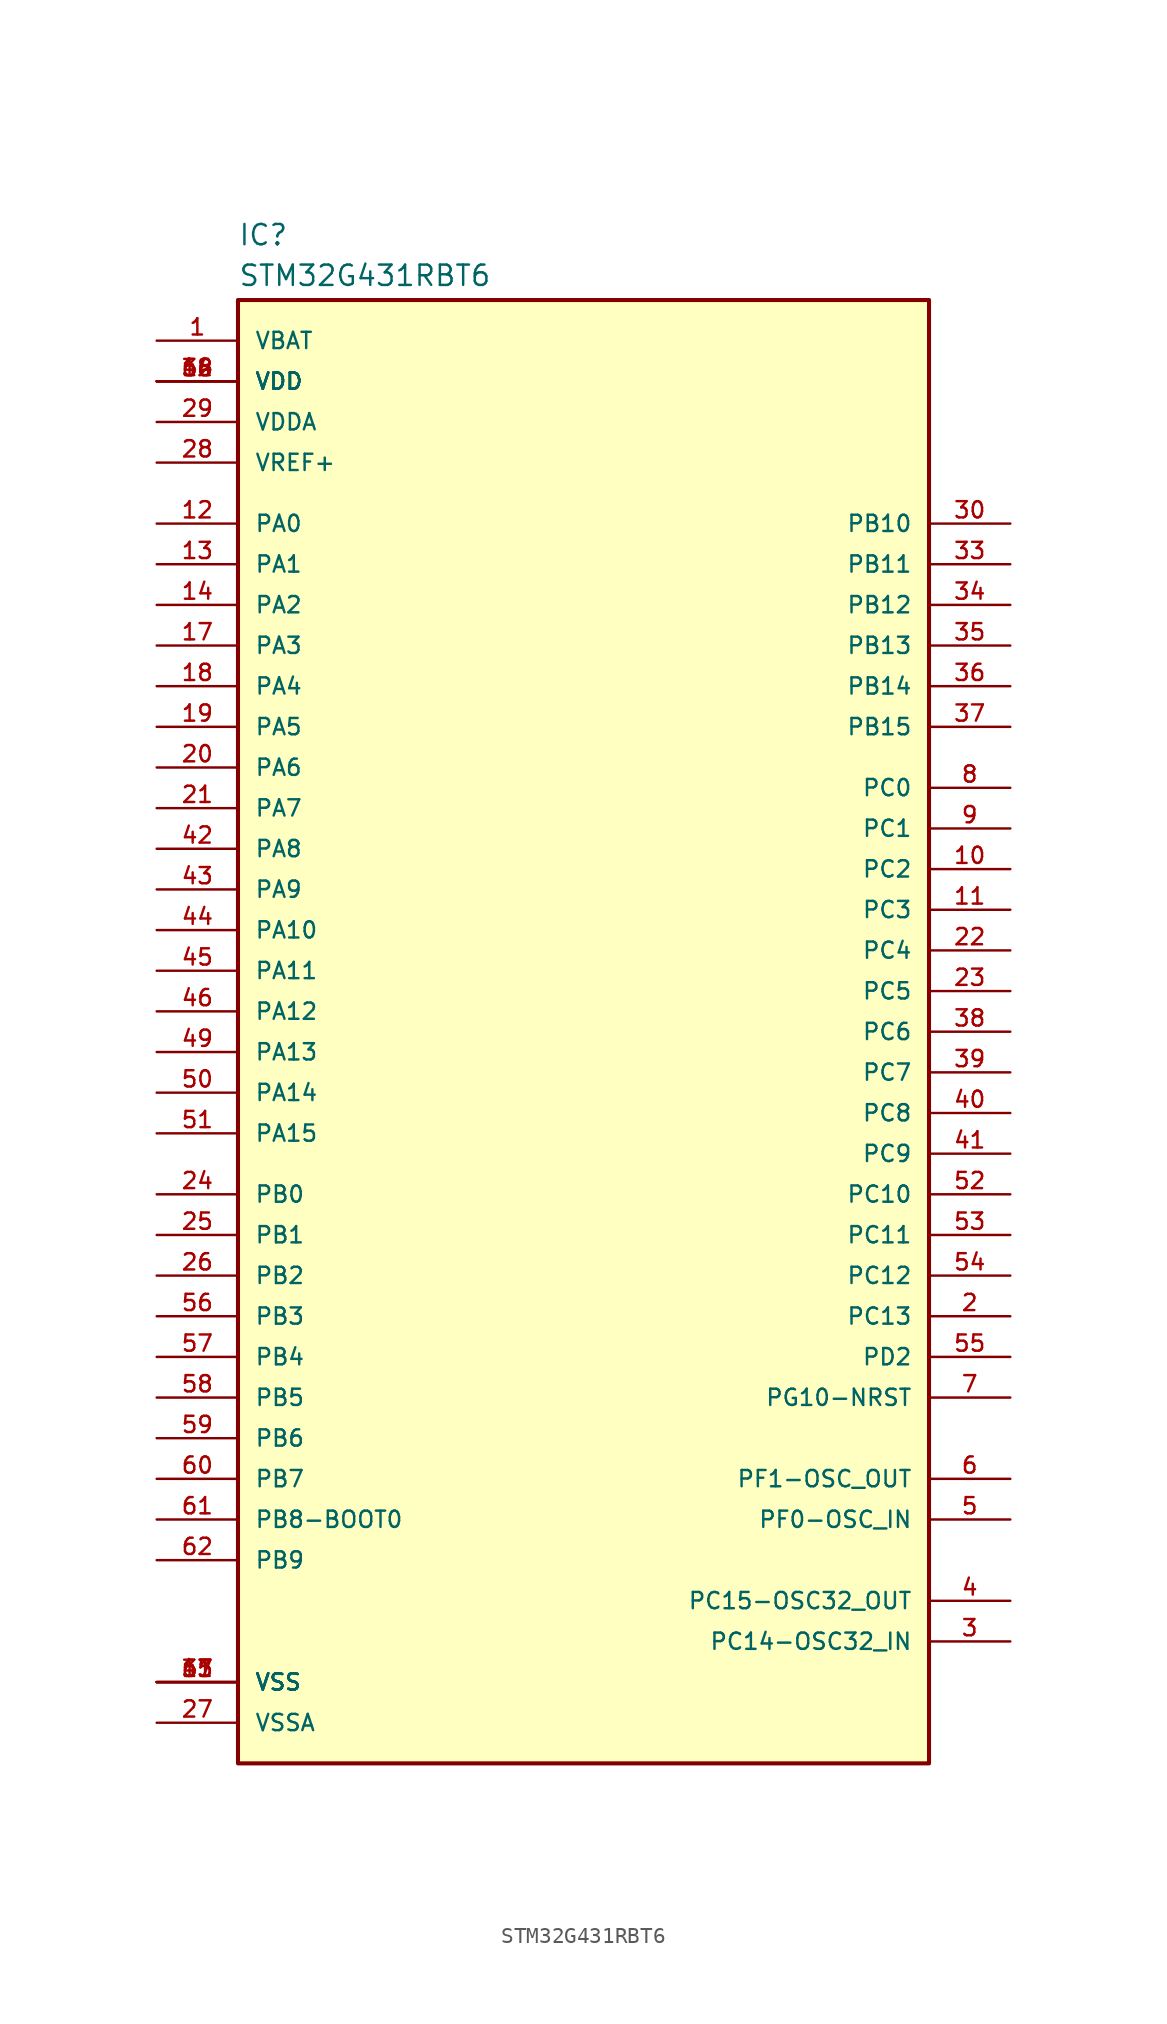
<source format=kicad_sym>
(kicad_symbol_lib
  (version 20231120)
  (generator "kicad_symbol_editor")
  (generator_version "8.0")
  (symbol "STM32G431RBT6"
    (pin_names
      (offset 1.016))
    (property "Reference" "IC"
      (at 5.08 21.844 0)
      (effects (font (size 1.27 1.27)) (justify left)))
    (property "Value" "STM32G431RBT6"
      (at 5.08 19.304 0)
      (effects (font (size 1.27 1.27)) (justify left)))
    (symbol "STM32G431RBT6_0_0"
      (rectangle (start 5.08 17.78) (end 48.26 -73.66) (stroke (width 0.254) (type default)) (fill (type background)))
      (pin bidirectional line (at 0 15.24 0) (length 5.08) (name "VBAT" (effects (font (size 1.016 1.016)))) (number "1" (effects (font (size 1.016 1.016)))))
      (pin bidirectional line (at 53.34 -17.78 180) (length 5.08) (name "PC2" (effects (font (size 1.016 1.016)))) (number "10" (effects (font (size 1.016 1.016)))))
      (pin bidirectional line (at 53.34 -20.32 180) (length 5.08) (name "PC3" (effects (font (size 1.016 1.016)))) (number "11" (effects (font (size 1.016 1.016)))))
      (pin bidirectional line (at 0 3.81 0) (length 5.08) (name "PA0" (effects (font (size 1.016 1.016)))) (number "12" (effects (font (size 1.016 1.016)))))
      (pin bidirectional line (at 0 1.27 0) (length 5.08) (name "PA1" (effects (font (size 1.016 1.016)))) (number "13" (effects (font (size 1.016 1.016)))))
      (pin bidirectional line (at 0 -1.27 0) (length 5.08) (name "PA2" (effects (font (size 1.016 1.016)))) (number "14" (effects (font (size 1.016 1.016)))))
      (pin bidirectional line (at 0 -3.81 0) (length 5.08) (name "PA3" (effects (font (size 1.016 1.016)))) (number "17" (effects (font (size 1.016 1.016)))))
      (pin bidirectional line (at 0 -6.35 0) (length 5.08) (name "PA4" (effects (font (size 1.016 1.016)))) (number "18" (effects (font (size 1.016 1.016)))))
      (pin bidirectional line (at 0 -8.89 0) (length 5.08) (name "PA5" (effects (font (size 1.016 1.016)))) (number "19" (effects (font (size 1.016 1.016)))))
      (pin bidirectional line (at 53.34 -45.72 180) (length 5.08) (name "PC13" (effects (font (size 1.016 1.016)))) (number "2" (effects (font (size 1.016 1.016)))))
      (pin bidirectional line (at 0 -11.43 0) (length 5.08) (name "PA6" (effects (font (size 1.016 1.016)))) (number "20" (effects (font (size 1.016 1.016)))))
      (pin bidirectional line (at 0 -13.97 0) (length 5.08) (name "PA7" (effects (font (size 1.016 1.016)))) (number "21" (effects (font (size 1.016 1.016)))))
      (pin bidirectional line (at 53.34 -22.86 180) (length 5.08) (name "PC4" (effects (font (size 1.016 1.016)))) (number "22" (effects (font (size 1.016 1.016)))))
      (pin bidirectional line (at 53.34 -25.4 180) (length 5.08) (name "PC5" (effects (font (size 1.016 1.016)))) (number "23" (effects (font (size 1.016 1.016)))))
      (pin bidirectional line (at 0 -38.1 0) (length 5.08) (name "PB0" (effects (font (size 1.016 1.016)))) (number "24" (effects (font (size 1.016 1.016)))))
      (pin bidirectional line (at 0 -40.64 0) (length 5.08) (name "PB1" (effects (font (size 1.016 1.016)))) (number "25" (effects (font (size 1.016 1.016)))))
      (pin bidirectional line (at 0 -43.18 0) (length 5.08) (name "PB2" (effects (font (size 1.016 1.016)))) (number "26" (effects (font (size 1.016 1.016)))))
      (pin bidirectional line (at 0 -71.12 0) (length 5.08) (name "VSSA" (effects (font (size 1.016 1.016)))) (number "27" (effects (font (size 1.016 1.016)))))
      (pin bidirectional line (at 0 7.62 0) (length 5.08) (name "VREF+" (effects (font (size 1.016 1.016)))) (number "28" (effects (font (size 1.016 1.016)))))
      (pin bidirectional line (at 0 10.16 0) (length 5.08) (name "VDDA" (effects (font (size 1.016 1.016)))) (number "29" (effects (font (size 1.016 1.016)))))
      (pin bidirectional line (at 53.34 -66.04 180) (length 5.08) (name "PC14-OSC32_IN" (effects (font (size 1.016 1.016)))) (number "3" (effects (font (size 1.016 1.016)))))
      (pin bidirectional line (at 53.34 3.81 180) (length 5.08) (name "PB10" (effects (font (size 1.016 1.016)))) (number "30" (effects (font (size 1.016 1.016)))))
      (pin bidirectional line (at 53.34 1.27 180) (length 5.08) (name "PB11" (effects (font (size 1.016 1.016)))) (number "33" (effects (font (size 1.016 1.016)))))
      (pin bidirectional line (at 53.34 -1.27 180) (length 5.08) (name "PB12" (effects (font (size 1.016 1.016)))) (number "34" (effects (font (size 1.016 1.016)))))
      (pin bidirectional line (at 53.34 -3.81 180) (length 5.08) (name "PB13" (effects (font (size 1.016 1.016)))) (number "35" (effects (font (size 1.016 1.016)))))
      (pin bidirectional line (at 53.34 -6.35 180) (length 5.08) (name "PB14" (effects (font (size 1.016 1.016)))) (number "36" (effects (font (size 1.016 1.016)))))
      (pin bidirectional line (at 53.34 -8.89 180) (length 5.08) (name "PB15" (effects (font (size 1.016 1.016)))) (number "37" (effects (font (size 1.016 1.016)))))
      (pin bidirectional line (at 53.34 -27.94 180) (length 5.08) (name "PC6" (effects (font (size 1.016 1.016)))) (number "38" (effects (font (size 1.016 1.016)))))
      (pin bidirectional line (at 53.34 -30.48 180) (length 5.08) (name "PC7" (effects (font (size 1.016 1.016)))) (number "39" (effects (font (size 1.016 1.016)))))
      (pin bidirectional line (at 53.34 -63.5 180) (length 5.08) (name "PC15-OSC32_OUT" (effects (font (size 1.016 1.016)))) (number "4" (effects (font (size 1.016 1.016)))))
      (pin bidirectional line (at 53.34 -33.02 180) (length 5.08) (name "PC8" (effects (font (size 1.016 1.016)))) (number "40" (effects (font (size 1.016 1.016)))))
      (pin bidirectional line (at 53.34 -35.56 180) (length 5.08) (name "PC9" (effects (font (size 1.016 1.016)))) (number "41" (effects (font (size 1.016 1.016)))))
      (pin bidirectional line (at 0 -16.51 0) (length 5.08) (name "PA8" (effects (font (size 1.016 1.016)))) (number "42" (effects (font (size 1.016 1.016)))))
      (pin bidirectional line (at 0 -19.05 0) (length 5.08) (name "PA9" (effects (font (size 1.016 1.016)))) (number "43" (effects (font (size 1.016 1.016)))))
      (pin bidirectional line (at 0 -21.59 0) (length 5.08) (name "PA10" (effects (font (size 1.016 1.016)))) (number "44" (effects (font (size 1.016 1.016)))))
      (pin bidirectional line (at 0 -24.13 0) (length 5.08) (name "PA11" (effects (font (size 1.016 1.016)))) (number "45" (effects (font (size 1.016 1.016)))))
      (pin bidirectional line (at 0 -26.67 0) (length 5.08) (name "PA12" (effects (font (size 1.016 1.016)))) (number "46" (effects (font (size 1.016 1.016)))))
      (pin bidirectional line (at 0 -29.21 0) (length 5.08) (name "PA13" (effects (font (size 1.016 1.016)))) (number "49" (effects (font (size 1.016 1.016)))))
      (pin bidirectional line (at 53.34 -58.42 180) (length 5.08) (name "PF0-OSC_IN" (effects (font (size 1.016 1.016)))) (number "5" (effects (font (size 1.016 1.016)))))
      (pin bidirectional line (at 0 -31.75 0) (length 5.08) (name "PA14" (effects (font (size 1.016 1.016)))) (number "50" (effects (font (size 1.016 1.016)))))
      (pin bidirectional line (at 0 -34.29 0) (length 5.08) (name "PA15" (effects (font (size 1.016 1.016)))) (number "51" (effects (font (size 1.016 1.016)))))
      (pin bidirectional line (at 53.34 -38.1 180) (length 5.08) (name "PC10" (effects (font (size 1.016 1.016)))) (number "52" (effects (font (size 1.016 1.016)))))
      (pin bidirectional line (at 53.34 -40.64 180) (length 5.08) (name "PC11" (effects (font (size 1.016 1.016)))) (number "53" (effects (font (size 1.016 1.016)))))
      (pin bidirectional line (at 53.34 -43.18 180) (length 5.08) (name "PC12" (effects (font (size 1.016 1.016)))) (number "54" (effects (font (size 1.016 1.016)))))
      (pin bidirectional line (at 53.34 -48.26 180) (length 5.08) (name "PD2" (effects (font (size 1.016 1.016)))) (number "55" (effects (font (size 1.016 1.016)))))
      (pin bidirectional line (at 0 -45.72 0) (length 5.08) (name "PB3" (effects (font (size 1.016 1.016)))) (number "56" (effects (font (size 1.016 1.016)))))
      (pin bidirectional line (at 0 -48.26 0) (length 5.08) (name "PB4" (effects (font (size 1.016 1.016)))) (number "57" (effects (font (size 1.016 1.016)))))
      (pin bidirectional line (at 0 -50.8 0) (length 5.08) (name "PB5" (effects (font (size 1.016 1.016)))) (number "58" (effects (font (size 1.016 1.016)))))
      (pin bidirectional line (at 0 -53.34 0) (length 5.08) (name "PB6" (effects (font (size 1.016 1.016)))) (number "59" (effects (font (size 1.016 1.016)))))
      (pin bidirectional line (at 53.34 -55.88 180) (length 5.08) (name "PF1-OSC_OUT" (effects (font (size 1.016 1.016)))) (number "6" (effects (font (size 1.016 1.016)))))
      (pin bidirectional line (at 0 -55.88 0) (length 5.08) (name "PB7" (effects (font (size 1.016 1.016)))) (number "60" (effects (font (size 1.016 1.016)))))
      (pin bidirectional line (at 0 -58.42 0) (length 5.08) (name "PB8-BOOT0" (effects (font (size 1.016 1.016)))) (number "61" (effects (font (size 1.016 1.016)))))
      (pin bidirectional line (at 0 -60.96 0) (length 5.08) (name "PB9" (effects (font (size 1.016 1.016)))) (number "62" (effects (font (size 1.016 1.016)))))
      (pin bidirectional line (at 53.34 -50.8 180) (length 5.08) (name "PG10-NRST" (effects (font (size 1.016 1.016)))) (number "7" (effects (font (size 1.016 1.016)))))
      (pin bidirectional line (at 53.34 -12.7 180) (length 5.08) (name "PC0" (effects (font (size 1.016 1.016)))) (number "8" (effects (font (size 1.016 1.016)))))
      (pin bidirectional line (at 53.34 -15.24 180) (length 5.08) (name "PC1" (effects (font (size 1.016 1.016)))) (number "9" (effects (font (size 1.016 1.016))))))
    (symbol "STM32G431RBT6_1_0"
      (pin bidirectional line (at 0 -68.58 0) (length 5.08) (name "VSS" (effects (font (size 1.016 1.016)))) (number "15" (effects (font (size 1.016 1.016)))))
      (pin bidirectional line (at 0 12.7 0) (length 5.08) (name "VDD" (effects (font (size 1.016 1.016)))) (number "16" (effects (font (size 1.016 1.016)))))
      (pin bidirectional line (at 0 -68.58 0) (length 5.08) (name "VSS" (effects (font (size 1.016 1.016)))) (number "31" (effects (font (size 1.016 1.016)))))
      (pin bidirectional line (at 0 12.7 0) (length 5.08) (name "VDD" (effects (font (size 1.016 1.016)))) (number "32" (effects (font (size 1.016 1.016)))))
      (pin bidirectional line (at 0 -68.58 0) (length 5.08) (name "VSS" (effects (font (size 1.016 1.016)))) (number "47" (effects (font (size 1.016 1.016)))))
      (pin bidirectional line (at 0 12.7 0) (length 5.08) (name "VDD" (effects (font (size 1.016 1.016)))) (number "48" (effects (font (size 1.016 1.016)))))
      (pin bidirectional line (at 0 -68.58 0) (length 5.08) (name "VSS" (effects (font (size 1.016 1.016)))) (number "63" (effects (font (size 1.016 1.016)))))
      (pin bidirectional line (at 0 12.7 0) (length 5.08) (name "VDD" (effects (font (size 1.016 1.016)))) (number "64" (effects (font (size 1.016 1.016))))))))
</source>
